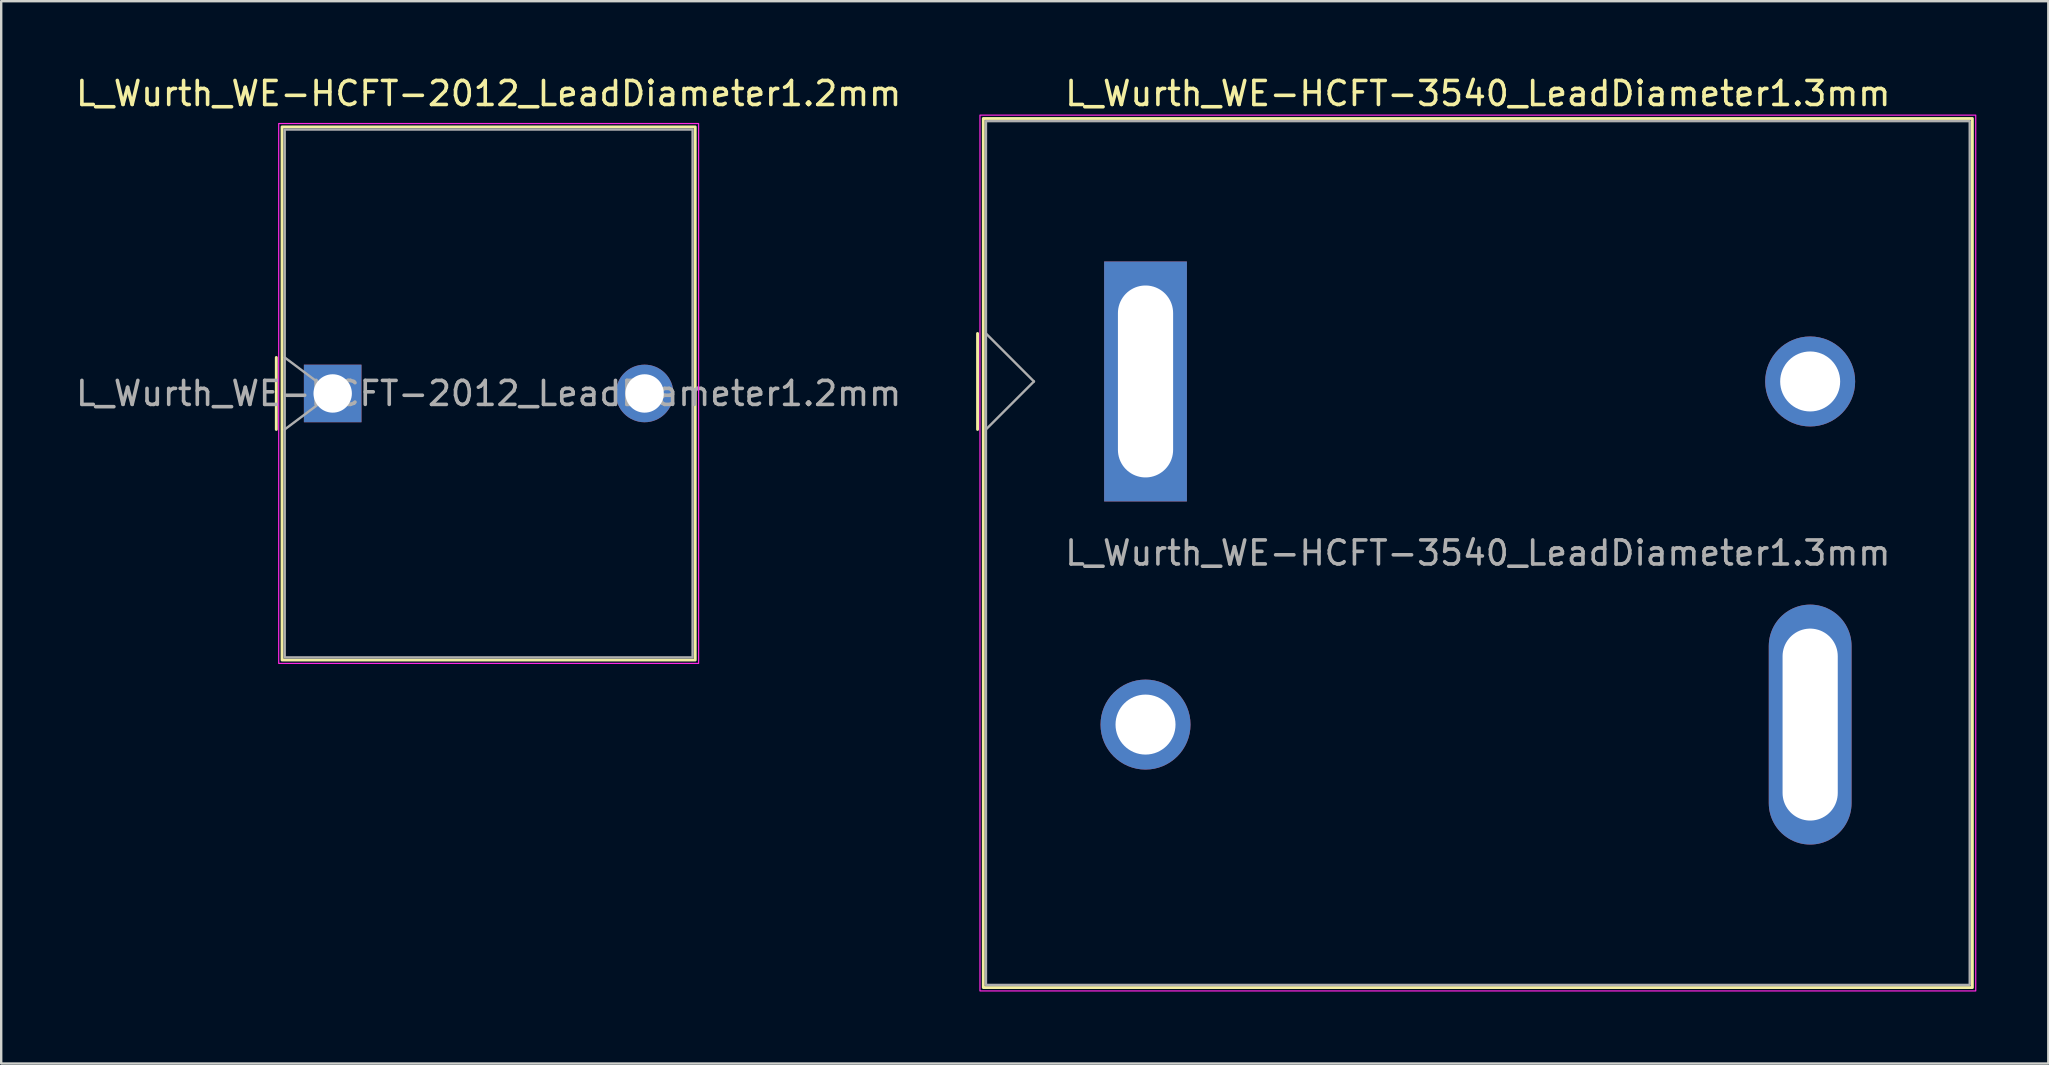
<source format=kicad_pcb>
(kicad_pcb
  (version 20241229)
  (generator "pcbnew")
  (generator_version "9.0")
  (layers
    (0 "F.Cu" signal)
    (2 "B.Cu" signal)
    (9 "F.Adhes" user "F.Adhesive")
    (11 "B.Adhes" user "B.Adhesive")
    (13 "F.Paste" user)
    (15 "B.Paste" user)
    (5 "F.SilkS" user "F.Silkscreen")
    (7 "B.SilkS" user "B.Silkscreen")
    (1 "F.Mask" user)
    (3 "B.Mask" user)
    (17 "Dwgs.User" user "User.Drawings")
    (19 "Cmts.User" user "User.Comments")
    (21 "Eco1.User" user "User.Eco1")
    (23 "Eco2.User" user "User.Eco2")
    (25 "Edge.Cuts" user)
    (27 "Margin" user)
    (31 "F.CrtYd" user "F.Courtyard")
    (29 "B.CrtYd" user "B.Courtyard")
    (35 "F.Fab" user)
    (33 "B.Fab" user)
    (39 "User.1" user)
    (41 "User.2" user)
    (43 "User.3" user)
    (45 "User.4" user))
  (footprint "L_Wurth_WE-HCFT-2012_LeadDiameter1.2mm"
    (layer "F.Cu")
    (at 10.815 13.348)
    (property "Reference" "L_Wurth_WE-HCFT-2012_LeadDiameter1.2mm" (at 6.5 -12.5 0) (unlocked yes) (layer "F.SilkS") (effects (font (size 1 1) (thickness 0.15))))
    (attr through_hole)
    (fp_line (start -2.35 -1.5) (end -2.35 1.5) (stroke (width 0.12) (type solid)) (layer "F.SilkS"))
    (fp_rect (start -2.11 -11.11) (end 15.11 11.11) (stroke (width 0.12) (type solid)) (fill no) (layer "F.SilkS"))
    (fp_rect (start -2.25 -11.25) (end 15.25 11.25) (stroke (width 0.05) (type solid)) (fill no) (layer "F.CrtYd"))
    (fp_line (start -2 -1.5) (end 0 0) (stroke (width 0.1) (type solid)) (layer "F.Fab"))
    (fp_line (start 0 0) (end -2 1.5) (stroke (width 0.1) (type solid)) (layer "F.Fab"))
    (fp_rect (start -2 -11) (end 15 11) (stroke (width 0.1) (type solid)) (fill no) (layer "F.Fab"))
    (fp_text user "${REFERENCE}" (at 6.5 0 0) (unlocked yes) (layer "F.Fab") (effects (font (size 1 1) (thickness 0.15))))
    (pad "1" thru_hole rect (at 0 0) (size 2.4 2.4) (drill 1.6) (layers "*.Cu" "*.Mask"))
    (pad "2" thru_hole circle (at 13 0) (size 2.4 2.4) (drill 1.6) (layers "*.Cu" "*.Mask")))
  (footprint "L_Wurth_WE-HCFT-3540_LeadDiameter1.3mm"
    (layer "F.Cu")
    (at 44.691 12.848)
    (property "Reference" "L_Wurth_WE-HCFT-3540_LeadDiameter1.3mm" (at 13.85 -12 0) (unlocked yes) (layer "F.SilkS") (effects (font (size 1 1) (thickness 0.15))))
    (attr through_hole)
    (fp_line (start -7 2) (end -7 -2) (stroke (width 0.12) (type solid)) (layer "F.SilkS"))
    (fp_rect (start -6.76 -10.96) (end 34.46 25.26) (stroke (width 0.12) (type solid)) (fill no) (layer "F.SilkS"))
    (fp_rect (start -6.9 -11.1) (end 34.6 25.4) (stroke (width 0.05) (type solid)) (fill no) (layer "F.CrtYd"))
    (fp_line (start -6.65 -2) (end -4.65 0) (stroke (width 0.1) (type solid)) (layer "F.Fab"))
    (fp_line (start -4.65 0) (end -6.65 2) (stroke (width 0.1) (type solid)) (layer "F.Fab"))
    (fp_rect (start -6.65 -10.85) (end 34.35 25.15) (stroke (width 0.1) (type solid)) (fill no) (layer "F.Fab"))
    (fp_text user "${REFERENCE}" (at 13.85 7.15 0) (unlocked yes) (layer "F.Fab") (effects (font (size 1 1) (thickness 0.15))))
    (pad "" thru_hole circle (at 0 14.3) (size 3.75 3.75) (drill 2.5) (layers "*.Cu" "*.Mask"))
    (pad "" thru_hole circle (at 27.7 0) (size 3.75 3.75) (drill 2.5) (layers "*.Cu" "*.Mask"))
    (pad "1" thru_hole rect (at 0 0) (size 3.45 10) (drill oval 2.3 8) (layers "*.Cu" "*.Mask"))
    (pad "2" thru_hole oval (at 27.7 14.3) (size 3.45 10) (drill oval 2.3 8) (layers "*.Cu" "*.Mask")))
  (gr_rect
    (start -3 -3)
    (end 82.316 41.273)
    (stroke (width 0.1) (type default))
    (fill no)
    (layer "Edge.Cuts")))
</source>
